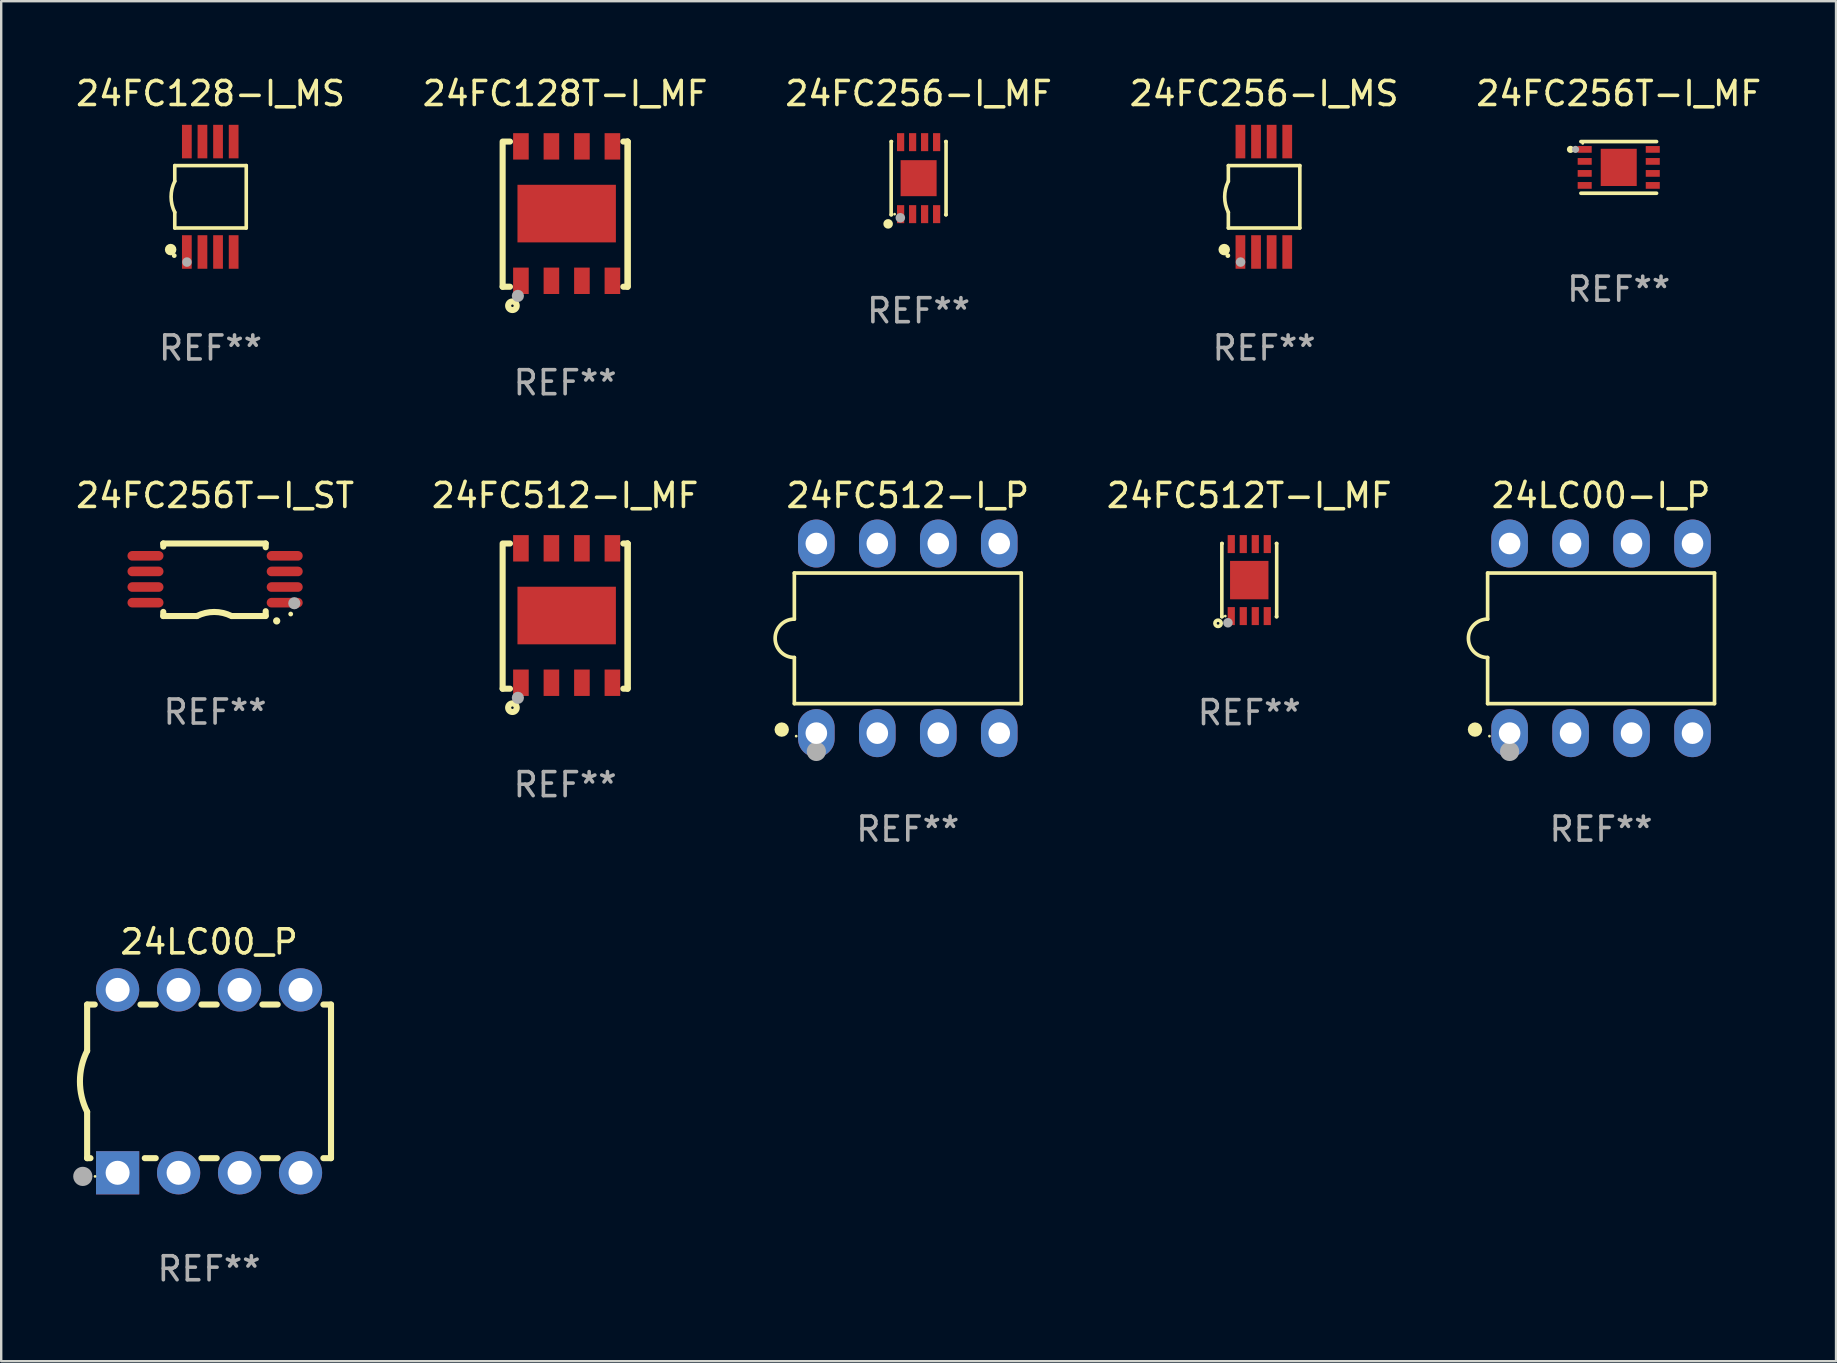
<source format=kicad_pcb>
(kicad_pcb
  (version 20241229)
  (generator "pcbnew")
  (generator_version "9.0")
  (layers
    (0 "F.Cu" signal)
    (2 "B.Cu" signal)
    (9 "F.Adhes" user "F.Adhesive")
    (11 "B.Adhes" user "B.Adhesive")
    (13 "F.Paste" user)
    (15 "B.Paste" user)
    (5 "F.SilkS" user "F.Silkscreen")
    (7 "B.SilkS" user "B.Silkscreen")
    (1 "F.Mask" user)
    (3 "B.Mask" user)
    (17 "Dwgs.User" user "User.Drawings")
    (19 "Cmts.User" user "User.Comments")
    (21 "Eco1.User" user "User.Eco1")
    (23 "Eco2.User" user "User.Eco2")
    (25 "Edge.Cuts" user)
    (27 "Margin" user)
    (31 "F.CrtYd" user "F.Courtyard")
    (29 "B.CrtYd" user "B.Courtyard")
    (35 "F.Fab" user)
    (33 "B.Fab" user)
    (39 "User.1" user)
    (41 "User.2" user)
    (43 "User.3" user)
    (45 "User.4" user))
  (footprint "24FC128T-I_MF"
    (layer "F.Cu")
    (at 20.494 5.872)
    (property "Reference" "24FC128T-I_MF" (at 0 -5.024 0) (layer "F.SilkS") (effects (font (size 1 1) (thickness 0.15))))
    (attr through_hole)
    (fp_line (start -2.604 -2.945) (end -2.604 3.024) (stroke (width 0.254) (type solid)) (layer "F.SilkS"))
    (fp_line (start -2.604 3.024) (end -2.298 3.024) (stroke (width 0.254) (type solid)) (layer "F.SilkS"))
    (fp_line (start -2.298 -3.024) (end -2.604 -3.024) (stroke (width 0.254) (type solid)) (layer "F.SilkS"))
    (fp_line (start 2.425 3.024) (end 2.604 3.024) (stroke (width 0.254) (type solid)) (layer "F.SilkS"))
    (fp_line (start 2.604 -3.024) (end 2.425 -3.024) (stroke (width 0.254) (type solid)) (layer "F.SilkS"))
    (fp_line (start 2.604 -3.024) (end 2.604 2.976) (stroke (width 0.254) (type solid)) (layer "F.SilkS"))
    (fp_line (start 2.604 3.024) (end 2.604 -3.024) (stroke (width 0.254) (type solid)) (layer "F.SilkS"))
    (fp_circle (center -2.437 2.976) (end -2.407 2.976) (stroke (width 0.06) (type solid)) (fill no) (layer "F.SilkS"))
    (fp_circle (center -2.196 3.816) (end -2.017 3.816) (stroke (width 0.254) (type solid)) (fill no) (layer "F.SilkS"))
    (fp_circle (center -1.969 3.405) (end -1.842 3.405) (stroke (width 0.254) (type solid)) (fill no) (layer "F.Fab"))
    (fp_text user "REF**" (at 0 7.024 0) (layer "F.Fab") (effects (font (size 1 1) (thickness 0.15))))
    (pad "1" smd rect (at -1.842 2.776) (size 0.65 1.1) (layers "F.Cu" "F.Mask" "F.Paste"))
    (pad "2" smd rect (at -0.572 2.776) (size 0.65 1.1) (layers "F.Cu" "F.Mask" "F.Paste"))
    (pad "3" smd rect (at 0.699 2.776) (size 0.65 1.1) (layers "F.Cu" "F.Mask" "F.Paste"))
    (pad "4" smd rect (at 1.969 2.776) (size 0.65 1.1) (layers "F.Cu" "F.Mask" "F.Paste"))
    (pad "5" smd rect (at 1.969 -2.824) (size 0.65 1.1) (layers "F.Cu" "F.Mask" "F.Paste"))
    (pad "6" smd rect (at 0.699 -2.824) (size 0.65 1.1) (layers "F.Cu" "F.Mask" "F.Paste"))
    (pad "7" smd rect (at -0.572 -2.824) (size 0.65 1.1) (layers "F.Cu" "F.Mask" "F.Paste"))
    (pad "8" smd rect (at -1.842 -2.824) (size 0.65 1.1) (layers "F.Cu" "F.Mask" "F.Paste"))
    (pad "9" smd rect (at 0.064 -0.024) (size 4.1 2.4) (layers "F.Cu" "F.Mask" "F.Paste")))
  (footprint "24FC256T-I_ST"
    (layer "F.Cu")
    (at 5.911 21.104)
    (property "Reference" "24FC256T-I_ST" (at 0 -3.511 0) (layer "F.SilkS") (effects (font (size 1 1) (thickness 0.15))))
    (attr through_hole)
    (fp_line (start -2.159 -1.511) (end 2.108 -1.511) (stroke (width 0.254) (type solid)) (layer "F.SilkS"))
    (fp_line (start -2.159 -1.384) (end -2.159 -1.511) (stroke (width 0.254) (type solid)) (layer "F.SilkS"))
    (fp_line (start -2.159 1.511) (end -2.159 1.339) (stroke (width 0.254) (type solid)) (layer "F.SilkS"))
    (fp_line (start -0.762 1.511) (end -2.159 1.511) (stroke (width 0.254) (type solid)) (layer "F.SilkS"))
    (fp_line (start 2.108 -1.511) (end 2.108 -1.355) (stroke (width 0.254) (type solid)) (layer "F.SilkS"))
    (fp_line (start 2.108 1.309) (end 2.108 1.486) (stroke (width 0.254) (type solid)) (layer "F.SilkS"))
    (fp_line (start 2.108 1.511) (end 0.711 1.511) (stroke (width 0.254) (type solid)) (layer "F.SilkS"))
    (fp_arc (start -0.762002 1.511303) (mid -0.0381 1.340413) (end 0.685801 1.511303) (stroke (width 0.254001) (type solid)) (layer "F.SilkS"))
    (fp_arc (start 2.565405 1.714503) (mid 2.5654 1.713233) (end 2.565405 1.711963) (stroke (width 0.3) (type solid)) (layer "F.SilkS"))
    (fp_circle (center 3.15 1.427) (end 3.2 1.427) (stroke (width 0.1) (type solid)) (fill no) (layer "F.SilkS"))
    (fp_circle (center 3.3 0.977) (end 3.427 0.977) (stroke (width 0.254) (type solid)) (fill no) (layer "F.Fab"))
    (fp_text user "REF**" (at 0 5.511 0) (layer "F.Fab") (effects (font (size 1 1) (thickness 0.15))))
    (pad "1" smd oval (at 2.9 0.953 270) (size 0.4 1.5) (layers "F.Cu" "F.Mask" "F.Paste"))
    (pad "2" smd oval (at 2.9 0.302 270) (size 0.4 1.5) (layers "F.Cu" "F.Mask" "F.Paste"))
    (pad "3" smd oval (at 2.9 -0.348 270) (size 0.4 1.5) (layers "F.Cu" "F.Mask" "F.Paste"))
    (pad "4" smd oval (at 2.9 -0.998 270) (size 0.4 1.5) (layers "F.Cu" "F.Mask" "F.Paste"))
    (pad "5" smd oval (at -2.9 -0.998 270) (size 0.4 1.5) (layers "F.Cu" "F.Mask" "F.Paste"))
    (pad "6" smd oval (at -2.9 -0.348 270) (size 0.4 1.5) (layers "F.Cu" "F.Mask" "F.Paste"))
    (pad "7" smd oval (at -2.9 0.302 270) (size 0.4 1.5) (layers "F.Cu" "F.Mask" "F.Paste"))
    (pad "8" smd oval (at -2.9 0.953 270) (size 0.4 1.5) (layers "F.Cu" "F.Mask" "F.Paste")))
  (footprint "24FC512-I_P"
    (layer "F.Cu")
    (at 34.769 23.543)
    (property "Reference" "24FC512-I_P" (at 0 -5.95 0) (layer "F.SilkS") (effects (font (size 1 1) (thickness 0.15))))
    (attr through_hole)
    (fp_line (start -4.726 -2.721) (end -4.726 -0.8) (stroke (width 0.152) (type solid)) (layer "F.SilkS"))
    (fp_line (start -4.726 0.8) (end -4.726 2.721) (stroke (width 0.152) (type solid)) (layer "F.SilkS"))
    (fp_line (start -4.726 2.721) (end 4.726 2.721) (stroke (width 0.152) (type solid)) (layer "F.SilkS"))
    (fp_line (start 4.726 -2.721) (end -4.726 -2.721) (stroke (width 0.152) (type solid)) (layer "F.SilkS"))
    (fp_line (start 4.726 2.721) (end 4.726 -2.721) (stroke (width 0.152) (type solid)) (layer "F.SilkS"))
    (fp_arc (start -4.726213 0.8) (mid -5.526213 0) (end -4.726213 -0.8) (stroke (width 0.1524) (type solid)) (layer "F.SilkS"))
    (fp_circle (center -5.252 3.802) (end -5.102 3.802) (stroke (width 0.3) (type solid)) (fill no) (layer "F.SilkS"))
    (fp_circle (center -4.65 4.075) (end -4.62 4.075) (stroke (width 0.06) (type solid)) (fill no) (layer "F.SilkS"))
    (fp_circle (center -3.81 4.712) (end -3.61 4.712) (stroke (width 0.4) (type solid)) (fill no) (layer "F.Fab"))
    (fp_text user "REF**" (at 0 7.95 0) (layer "F.Fab") (effects (font (size 1 1) (thickness 0.15))))
    (pad "1" thru_hole oval (at -3.81 3.95) (size 1.524 2) (drill 0.9) (layers "*.Cu" "*.Mask"))
    (pad "2" thru_hole oval (at -1.27 3.95) (size 1.524 2) (drill 0.9) (layers "*.Cu" "*.Mask"))
    (pad "3" thru_hole oval (at 1.27 3.95) (size 1.524 2) (drill 0.9) (layers "*.Cu" "*.Mask"))
    (pad "4" thru_hole oval (at 3.81 3.95) (size 1.524 2) (drill 0.9) (layers "*.Cu" "*.Mask"))
    (pad "5" thru_hole oval (at 3.81 -3.95) (size 1.524 2) (drill 0.9) (layers "*.Cu" "*.Mask"))
    (pad "6" thru_hole oval (at 1.27 -3.95) (size 1.524 2) (drill 0.9) (layers "*.Cu" "*.Mask"))
    (pad "7" thru_hole oval (at -1.27 -3.95) (size 1.524 2) (drill 0.9) (layers "*.Cu" "*.Mask"))
    (pad "8" thru_hole oval (at -3.81 -3.95) (size 1.524 2) (drill 0.9) (layers "*.Cu" "*.Mask")))
  (footprint "24FC512-I_MF"
    (layer "F.Cu")
    (at 20.494 22.617)
    (property "Reference" "24FC512-I_MF" (at 0 -5.024 0) (layer "F.SilkS") (effects (font (size 1 1) (thickness 0.15))))
    (attr through_hole)
    (fp_line (start -2.604 -2.945) (end -2.604 3.024) (stroke (width 0.254) (type solid)) (layer "F.SilkS"))
    (fp_line (start -2.604 3.024) (end -2.298 3.024) (stroke (width 0.254) (type solid)) (layer "F.SilkS"))
    (fp_line (start -2.298 -3.024) (end -2.604 -3.024) (stroke (width 0.254) (type solid)) (layer "F.SilkS"))
    (fp_line (start 2.425 3.024) (end 2.604 3.024) (stroke (width 0.254) (type solid)) (layer "F.SilkS"))
    (fp_line (start 2.604 -3.024) (end 2.425 -3.024) (stroke (width 0.254) (type solid)) (layer "F.SilkS"))
    (fp_line (start 2.604 -3.024) (end 2.604 2.976) (stroke (width 0.254) (type solid)) (layer "F.SilkS"))
    (fp_line (start 2.604 3.024) (end 2.604 -3.024) (stroke (width 0.254) (type solid)) (layer "F.SilkS"))
    (fp_circle (center -2.437 2.976) (end -2.407 2.976) (stroke (width 0.06) (type solid)) (fill no) (layer "F.SilkS"))
    (fp_circle (center -2.196 3.816) (end -2.017 3.816) (stroke (width 0.254) (type solid)) (fill no) (layer "F.SilkS"))
    (fp_circle (center -1.969 3.405) (end -1.842 3.405) (stroke (width 0.254) (type solid)) (fill no) (layer "F.Fab"))
    (fp_text user "REF**" (at 0 7.024 0) (layer "F.Fab") (effects (font (size 1 1) (thickness 0.15))))
    (pad "1" smd rect (at -1.842 2.776) (size 0.65 1.1) (layers "F.Cu" "F.Mask" "F.Paste"))
    (pad "2" smd rect (at -0.572 2.776) (size 0.65 1.1) (layers "F.Cu" "F.Mask" "F.Paste"))
    (pad "3" smd rect (at 0.699 2.776) (size 0.65 1.1) (layers "F.Cu" "F.Mask" "F.Paste"))
    (pad "4" smd rect (at 1.969 2.776) (size 0.65 1.1) (layers "F.Cu" "F.Mask" "F.Paste"))
    (pad "5" smd rect (at 1.969 -2.824) (size 0.65 1.1) (layers "F.Cu" "F.Mask" "F.Paste"))
    (pad "6" smd rect (at 0.699 -2.824) (size 0.65 1.1) (layers "F.Cu" "F.Mask" "F.Paste"))
    (pad "7" smd rect (at -0.572 -2.824) (size 0.65 1.1) (layers "F.Cu" "F.Mask" "F.Paste"))
    (pad "8" smd rect (at -1.842 -2.824) (size 0.65 1.1) (layers "F.Cu" "F.Mask" "F.Paste"))
    (pad "9" smd rect (at 0.064 -0.024) (size 4.1 2.4) (layers "F.Cu" "F.Mask" "F.Paste")))
  (footprint "24FC128-I_MS"
    (layer "F.Cu")
    (at 5.72 5.148)
    (property "Reference" "24FC128-I_MS" (at 0 -4.3 0) (layer "F.SilkS") (effects (font (size 1 1) (thickness 0.15))))
    (attr through_hole)
    (fp_line (start -1.489 -1.3) (end -1.489 -0.648) (stroke (width 0.15) (type solid)) (layer "F.SilkS"))
    (fp_line (start -1.489 0.648) (end -1.489 1.3) (stroke (width 0.15) (type solid)) (layer "F.SilkS"))
    (fp_line (start -1.489 1.3) (end 1.489 1.3) (stroke (width 0.15) (type solid)) (layer "F.SilkS"))
    (fp_line (start 1.489 -1.3) (end -1.489 -1.3) (stroke (width 0.15) (type solid)) (layer "F.SilkS"))
    (fp_line (start 1.489 1.3) (end 1.489 -1.3) (stroke (width 0.15) (type solid)) (layer "F.SilkS"))
    (fp_arc (start -1.489205 0.647702) (mid -1.642107 0) (end -1.489205 -0.647701) (stroke (width 0.150013) (type solid)) (layer "F.SilkS"))
    (fp_circle (center -1.661 2.2) (end -1.541 2.2) (stroke (width 0.24) (type solid)) (fill no) (layer "F.SilkS"))
    (fp_circle (center -1.511 2.45) (end -1.461 2.45) (stroke (width 0.1) (type solid)) (fill no) (layer "F.SilkS"))
    (fp_circle (center -0.981 2.72) (end -0.881 2.72) (stroke (width 0.2) (type solid)) (fill no) (layer "F.Fab"))
    (fp_text user "REF**" (at 0 6.3 0) (layer "F.Fab") (effects (font (size 1 1) (thickness 0.15))))
    (pad "1" smd rect (at -0.986 2.3) (size 0.406 1.397) (layers "F.Cu" "F.Mask" "F.Paste"))
    (pad "2" smd rect (at -0.336 2.3) (size 0.406 1.397) (layers "F.Cu" "F.Mask" "F.Paste"))
    (pad "3" smd rect (at 0.314 2.3) (size 0.406 1.397) (layers "F.Cu" "F.Mask" "F.Paste"))
    (pad "4" smd rect (at 0.964 2.3) (size 0.406 1.397) (layers "F.Cu" "F.Mask" "F.Paste"))
    (pad "5" smd rect (at 0.964 -2.3) (size 0.406 1.397) (layers "F.Cu" "F.Mask" "F.Paste"))
    (pad "6" smd rect (at 0.314 -2.3) (size 0.406 1.397) (layers "F.Cu" "F.Mask" "F.Paste"))
    (pad "7" smd rect (at -0.336 -2.3) (size 0.406 1.397) (layers "F.Cu" "F.Mask" "F.Paste"))
    (pad "8" smd rect (at -0.986 -2.3) (size 0.406 1.397) (layers "F.Cu" "F.Mask" "F.Paste")))
  (footprint "24FC256T-I_MF"
    (layer "F.Cu")
    (at 64.387 3.924)
    (property "Reference" "24FC256T-I_MF" (at 0 -3.076 0) (layer "F.SilkS") (effects (font (size 1 1) (thickness 0.15))))
    (attr through_hole)
    (fp_line (start -1.576 -1.076) (end 1.576 -1.076) (stroke (width 0.152) (type solid)) (layer "F.SilkS"))
    (fp_line (start -1.576 1.076) (end 1.576 1.076) (stroke (width 0.152) (type solid)) (layer "F.SilkS"))
    (fp_circle (center -2.01 -0.75) (end -1.935 -0.75) (stroke (width 0.15) (type solid)) (fill no) (layer "F.SilkS"))
    (fp_circle (center -1.5 -1) (end -1.47 -1) (stroke (width 0.06) (type solid)) (fill no) (layer "F.SilkS"))
    (fp_circle (center -1.8 -0.75) (end -1.725 -0.75) (stroke (width 0.15) (type solid)) (fill no) (layer "F.Fab"))
    (fp_text user "REF**" (at 0 5.076 0) (layer "F.Fab") (effects (font (size 1 1) (thickness 0.15))))
    (pad "1" smd rect (at -1.418 -0.75) (size 0.585 0.28) (layers "F.Cu" "F.Mask" "F.Paste"))
    (pad "2" smd rect (at -1.418 -0.25) (size 0.585 0.28) (layers "F.Cu" "F.Mask" "F.Paste"))
    (pad "3" smd rect (at -1.418 0.25) (size 0.585 0.28) (layers "F.Cu" "F.Mask" "F.Paste"))
    (pad "4" smd rect (at -1.418 0.75) (size 0.585 0.28) (layers "F.Cu" "F.Mask" "F.Paste"))
    (pad "5" smd rect (at 1.418 0.75) (size 0.585 0.28) (layers "F.Cu" "F.Mask" "F.Paste"))
    (pad "6" smd rect (at 1.418 0.25) (size 0.585 0.28) (layers "F.Cu" "F.Mask" "F.Paste"))
    (pad "7" smd rect (at 1.418 -0.25) (size 0.585 0.28) (layers "F.Cu" "F.Mask" "F.Paste"))
    (pad "8" smd rect (at 1.418 -0.75) (size 0.585 0.28) (layers "F.Cu" "F.Mask" "F.Paste"))
    (pad "9" smd rect (at 0 0) (size 1.5 1.55) (layers "F.Cu" "F.Mask" "F.Paste")))
  (footprint "24FC256-I_MS"
    (layer "F.Cu")
    (at 49.613 5.148)
    (property "Reference" "24FC256-I_MS" (at 0 -4.3 0) (layer "F.SilkS") (effects (font (size 1 1) (thickness 0.15))))
    (attr through_hole)
    (fp_line (start -1.489 -1.3) (end -1.489 -0.648) (stroke (width 0.15) (type solid)) (layer "F.SilkS"))
    (fp_line (start -1.489 0.648) (end -1.489 1.3) (stroke (width 0.15) (type solid)) (layer "F.SilkS"))
    (fp_line (start -1.489 1.3) (end 1.489 1.3) (stroke (width 0.15) (type solid)) (layer "F.SilkS"))
    (fp_line (start 1.489 -1.3) (end -1.489 -1.3) (stroke (width 0.15) (type solid)) (layer "F.SilkS"))
    (fp_line (start 1.489 1.3) (end 1.489 -1.3) (stroke (width 0.15) (type solid)) (layer "F.SilkS"))
    (fp_arc (start -1.489205 0.647702) (mid -1.642107 0) (end -1.489205 -0.647701) (stroke (width 0.150013) (type solid)) (layer "F.SilkS"))
    (fp_circle (center -1.661 2.2) (end -1.541 2.2) (stroke (width 0.24) (type solid)) (fill no) (layer "F.SilkS"))
    (fp_circle (center -1.511 2.45) (end -1.461 2.45) (stroke (width 0.1) (type solid)) (fill no) (layer "F.SilkS"))
    (fp_circle (center -0.981 2.72) (end -0.881 2.72) (stroke (width 0.2) (type solid)) (fill no) (layer "F.Fab"))
    (fp_text user "REF**" (at 0 6.3 0) (layer "F.Fab") (effects (font (size 1 1) (thickness 0.15))))
    (pad "1" smd rect (at -0.986 2.3) (size 0.406 1.397) (layers "F.Cu" "F.Mask" "F.Paste"))
    (pad "2" smd rect (at -0.336 2.3) (size 0.406 1.397) (layers "F.Cu" "F.Mask" "F.Paste"))
    (pad "3" smd rect (at 0.314 2.3) (size 0.406 1.397) (layers "F.Cu" "F.Mask" "F.Paste"))
    (pad "4" smd rect (at 0.964 2.3) (size 0.406 1.397) (layers "F.Cu" "F.Mask" "F.Paste"))
    (pad "5" smd rect (at 0.964 -2.3) (size 0.406 1.397) (layers "F.Cu" "F.Mask" "F.Paste"))
    (pad "6" smd rect (at 0.314 -2.3) (size 0.406 1.397) (layers "F.Cu" "F.Mask" "F.Paste"))
    (pad "7" smd rect (at -0.336 -2.3) (size 0.406 1.397) (layers "F.Cu" "F.Mask" "F.Paste"))
    (pad "8" smd rect (at -0.986 -2.3) (size 0.406 1.397) (layers "F.Cu" "F.Mask" "F.Paste")))
  (footprint "24FC256-I_MF"
    (layer "F.Cu")
    (at 35.22 4.372)
    (property "Reference" "24FC256-I_MF" (at 0 -3.524 0) (layer "F.SilkS") (effects (font (size 1 1) (thickness 0.15))))
    (attr through_hole)
    (fp_line (start -1.143 -1.524) (end -1.143 1.524) (stroke (width 0.15) (type solid)) (layer "F.SilkS"))
    (fp_line (start -1.143 1.524) (end -1.129 1.524) (stroke (width 0.15) (type solid)) (layer "F.SilkS"))
    (fp_line (start -1.129 -1.524) (end -1.143 -1.524) (stroke (width 0.15) (type solid)) (layer "F.SilkS"))
    (fp_line (start 1.129 1.524) (end 1.143 1.524) (stroke (width 0.15) (type solid)) (layer "F.SilkS"))
    (fp_line (start 1.143 -1.524) (end 1.129 -1.524) (stroke (width 0.15) (type solid)) (layer "F.SilkS"))
    (fp_line (start 1.143 1.524) (end 1.143 -1.524) (stroke (width 0.15) (type solid)) (layer "F.SilkS"))
    (fp_circle (center -1.27 1.905) (end -1.17 1.905) (stroke (width 0.2) (type solid)) (fill no) (layer "F.SilkS"))
    (fp_circle (center -1 1.5) (end -0.97 1.5) (stroke (width 0.06) (type solid)) (fill no) (layer "F.SilkS"))
    (fp_circle (center -0.762 1.651) (end -0.662 1.651) (stroke (width 0.2) (type solid)) (fill no) (layer "F.Fab"))
    (fp_text user "REF**" (at 0 5.524 0) (layer "F.Fab") (effects (font (size 1 1) (thickness 0.15))))
    (pad "1" smd rect (at -0.75 1.5 90) (size 0.75 0.3) (layers "F.Cu" "F.Mask" "F.Paste"))
    (pad "2" smd rect (at -0.25 1.5 90) (size 0.75 0.3) (layers "F.Cu" "F.Mask" "F.Paste"))
    (pad "3" smd rect (at 0.25 1.5 90) (size 0.75 0.3) (layers "F.Cu" "F.Mask" "F.Paste"))
    (pad "4" smd rect (at 0.75 1.5 90) (size 0.75 0.3) (layers "F.Cu" "F.Mask" "F.Paste"))
    (pad "5" smd rect (at 0.75 -1.5 90) (size 0.75 0.3) (layers "F.Cu" "F.Mask" "F.Paste"))
    (pad "6" smd rect (at 0.25 -1.5 90) (size 0.75 0.3) (layers "F.Cu" "F.Mask" "F.Paste"))
    (pad "7" smd rect (at -0.25 -1.5 90) (size 0.75 0.3) (layers "F.Cu" "F.Mask" "F.Paste"))
    (pad "8" smd rect (at -0.75 -1.5 90) (size 0.75 0.3) (layers "F.Cu" "F.Mask" "F.Paste"))
    (pad "9" smd rect (at -0.000254 0.001 90) (size 1.5 1.5) (layers "F.Cu" "F.Mask" "F.Paste")))
  (footprint "24LC00_P"
    (layer "F.Cu")
    (at 5.66 41.999)
    (property "Reference" "24LC00_P" (at 0 -5.81 0) (layer "F.SilkS") (effects (font (size 1 1) (thickness 0.15))))
    (attr through_hole)
    (fp_line (start -5.08 -3.2) (end -4.762 -3.2) (stroke (width 0.254) (type solid)) (layer "F.SilkS"))
    (fp_line (start -5.08 -1.27) (end -5.08 -3.2) (stroke (width 0.254) (type solid)) (layer "F.SilkS"))
    (fp_line (start -5.08 3.2) (end -5.08 1.27) (stroke (width 0.254) (type solid)) (layer "F.SilkS"))
    (fp_line (start -5.08 3.2) (end -4.941 3.2) (stroke (width 0.254) (type solid)) (layer "F.SilkS"))
    (fp_line (start -2.858 -3.2) (end -2.222 -3.2) (stroke (width 0.254) (type solid)) (layer "F.SilkS"))
    (fp_line (start -2.679 3.2) (end -2.222 3.2) (stroke (width 0.254) (type solid)) (layer "F.SilkS"))
    (fp_line (start -0.318 -3.2) (end 0.318 -3.2) (stroke (width 0.254) (type solid)) (layer "F.SilkS"))
    (fp_line (start -0.318 3.2) (end 0.318 3.2) (stroke (width 0.254) (type solid)) (layer "F.SilkS"))
    (fp_line (start 2.222 -3.2) (end 2.858 -3.2) (stroke (width 0.254) (type solid)) (layer "F.SilkS"))
    (fp_line (start 2.222 3.2) (end 2.858 3.2) (stroke (width 0.254) (type solid)) (layer "F.SilkS"))
    (fp_line (start 4.762 -3.2) (end 5.08 -3.2) (stroke (width 0.254) (type solid)) (layer "F.SilkS"))
    (fp_line (start 4.762 3.2) (end 5.08 3.2) (stroke (width 0.254) (type solid)) (layer "F.SilkS"))
    (fp_line (start 5.08 3.2) (end 5.08 -3.2) (stroke (width 0.254) (type solid)) (layer "F.SilkS"))
    (fp_arc (start -5.080011 1.270002) (mid -5.379818 -0.000001) (end -5.08001 -1.270003) (stroke (width 0.254001) (type solid)) (layer "F.SilkS"))
    (fp_circle (center -4.75 3.96) (end -4.72 3.96) (stroke (width 0.06) (type solid)) (fill no) (layer "F.SilkS"))
    (fp_circle (center -5.26 3.96) (end -5.06 3.96) (stroke (width 0.4) (type solid)) (fill no) (layer "F.Fab"))
    (fp_text user "REF**" (at 0 7.81 0) (layer "F.Fab") (effects (font (size 1 1) (thickness 0.15))))
    (pad "1" thru_hole rect (at -3.81 3.81) (size 1.8 1.8) (drill 1) (layers "*.Cu" "*.Mask"))
    (pad "2" thru_hole circle (at -1.27 3.81) (size 1.8 1.8) (drill 1) (layers "*.Cu" "*.Mask"))
    (pad "3" thru_hole circle (at 1.27 3.81) (size 1.8 1.8) (drill 1) (layers "*.Cu" "*.Mask"))
    (pad "4" thru_hole circle (at 3.81 3.81) (size 1.8 1.8) (drill 1) (layers "*.Cu" "*.Mask"))
    (pad "5" thru_hole circle (at 3.81 -3.81) (size 1.8 1.8) (drill 1) (layers "*.Cu" "*.Mask"))
    (pad "6" thru_hole circle (at 1.27 -3.81) (size 1.8 1.8) (drill 1) (layers "*.Cu" "*.Mask"))
    (pad "7" thru_hole circle (at -1.27 -3.81) (size 1.8 1.8) (drill 1) (layers "*.Cu" "*.Mask"))
    (pad "8" thru_hole circle (at -3.81 -3.81) (size 1.8 1.8) (drill 1) (layers "*.Cu" "*.Mask")))
  (footprint "24LC00-I_P"
    (layer "F.Cu")
    (at 63.651 23.543)
    (property "Reference" "24LC00-I_P" (at 0 -5.95 0) (layer "F.SilkS") (effects (font (size 1 1) (thickness 0.15))))
    (attr through_hole)
    (fp_line (start -4.726 -2.721) (end -4.726 -0.8) (stroke (width 0.152) (type solid)) (layer "F.SilkS"))
    (fp_line (start -4.726 0.8) (end -4.726 2.721) (stroke (width 0.152) (type solid)) (layer "F.SilkS"))
    (fp_line (start -4.726 2.721) (end 4.726 2.721) (stroke (width 0.152) (type solid)) (layer "F.SilkS"))
    (fp_line (start 4.726 -2.721) (end -4.726 -2.721) (stroke (width 0.152) (type solid)) (layer "F.SilkS"))
    (fp_line (start 4.726 2.721) (end 4.726 -2.721) (stroke (width 0.152) (type solid)) (layer "F.SilkS"))
    (fp_arc (start -4.726213 0.8) (mid -5.526213 0) (end -4.726213 -0.8) (stroke (width 0.1524) (type solid)) (layer "F.SilkS"))
    (fp_circle (center -5.252 3.802) (end -5.102 3.802) (stroke (width 0.3) (type solid)) (fill no) (layer "F.SilkS"))
    (fp_circle (center -4.65 4.075) (end -4.62 4.075) (stroke (width 0.06) (type solid)) (fill no) (layer "F.SilkS"))
    (fp_circle (center -3.81 4.712) (end -3.61 4.712) (stroke (width 0.4) (type solid)) (fill no) (layer "F.Fab"))
    (fp_text user "REF**" (at 0 7.95 0) (layer "F.Fab") (effects (font (size 1 1) (thickness 0.15))))
    (pad "1" thru_hole oval (at -3.81 3.95) (size 1.524 2) (drill 0.9) (layers "*.Cu" "*.Mask"))
    (pad "2" thru_hole oval (at -1.27 3.95) (size 1.524 2) (drill 0.9) (layers "*.Cu" "*.Mask"))
    (pad "3" thru_hole oval (at 1.27 3.95) (size 1.524 2) (drill 0.9) (layers "*.Cu" "*.Mask"))
    (pad "4" thru_hole oval (at 3.81 3.95) (size 1.524 2) (drill 0.9) (layers "*.Cu" "*.Mask"))
    (pad "5" thru_hole oval (at 3.81 -3.95) (size 1.524 2) (drill 0.9) (layers "*.Cu" "*.Mask"))
    (pad "6" thru_hole oval (at 1.27 -3.95) (size 1.524 2) (drill 0.9) (layers "*.Cu" "*.Mask"))
    (pad "7" thru_hole oval (at -1.27 -3.95) (size 1.524 2) (drill 0.9) (layers "*.Cu" "*.Mask"))
    (pad "8" thru_hole oval (at -3.81 -3.95) (size 1.524 2) (drill 0.9) (layers "*.Cu" "*.Mask")))
  (footprint "24FC512T-I_MF"
    (layer "F.Cu")
    (at 48.995 21.117)
    (property "Reference" "24FC512T-I_MF" (at 0 -3.524 0) (layer "F.SilkS") (effects (font (size 1 1) (thickness 0.15))))
    (attr through_hole)
    (fp_line (start -1.143 -1.524) (end -1.143 1.524) (stroke (width 0.15) (type solid)) (layer "F.SilkS"))
    (fp_line (start -1.143 1.524) (end -1.129 1.524) (stroke (width 0.15) (type solid)) (layer "F.SilkS"))
    (fp_line (start -1.129 -1.524) (end -1.143 -1.524) (stroke (width 0.15) (type solid)) (layer "F.SilkS"))
    (fp_line (start 1.129 1.524) (end 1.143 1.524) (stroke (width 0.15) (type solid)) (layer "F.SilkS"))
    (fp_line (start 1.143 -1.524) (end 1.129 -1.524) (stroke (width 0.15) (type solid)) (layer "F.SilkS"))
    (fp_line (start 1.143 1.524) (end 1.143 -1.524) (stroke (width 0.15) (type solid)) (layer "F.SilkS"))
    (fp_circle (center -1.3 1.8) (end -1.243 1.8) (stroke (width 0.15) (type solid)) (fill no) (layer "F.SilkS"))
    (fp_circle (center -1 1.5) (end -0.97 1.5) (stroke (width 0.06) (type solid)) (fill no) (layer "F.SilkS"))
    (fp_circle (center -0.889 1.778) (end -0.789 1.778) (stroke (width 0.2) (type solid)) (fill no) (layer "F.Fab"))
    (fp_text user "REF**" (at 0 5.524 0) (layer "F.Fab") (effects (font (size 1 1) (thickness 0.15))))
    (pad "1" smd rect (at -0.75 1.5 90) (size 0.75 0.3) (layers "F.Cu" "F.Mask" "F.Paste"))
    (pad "2" smd rect (at -0.25 1.5 90) (size 0.75 0.3) (layers "F.Cu" "F.Mask" "F.Paste"))
    (pad "3" smd rect (at 0.25 1.5 90) (size 0.75 0.3) (layers "F.Cu" "F.Mask" "F.Paste"))
    (pad "4" smd rect (at 0.75 1.5 90) (size 0.75 0.3) (layers "F.Cu" "F.Mask" "F.Paste"))
    (pad "5" smd rect (at 0.75 -1.5 90) (size 0.75 0.3) (layers "F.Cu" "F.Mask" "F.Paste"))
    (pad "6" smd rect (at 0.25 -1.5 90) (size 0.75 0.3) (layers "F.Cu" "F.Mask" "F.Paste"))
    (pad "7" smd rect (at -0.25 -1.5 90) (size 0.75 0.3) (layers "F.Cu" "F.Mask" "F.Paste"))
    (pad "8" smd rect (at -0.75 -1.5 90) (size 0.75 0.3) (layers "F.Cu" "F.Mask" "F.Paste"))
    (pad "9" smd rect (at -0.000203 0.000457 90) (size 1.6 1.6) (layers "F.Cu" "F.Mask" "F.Paste")))
  (gr_rect
    (start -3 -3)
    (end 73.44 53.657)
    (stroke (width 0.1) (type default))
    (fill no)
    (layer "Edge.Cuts")))
</source>
